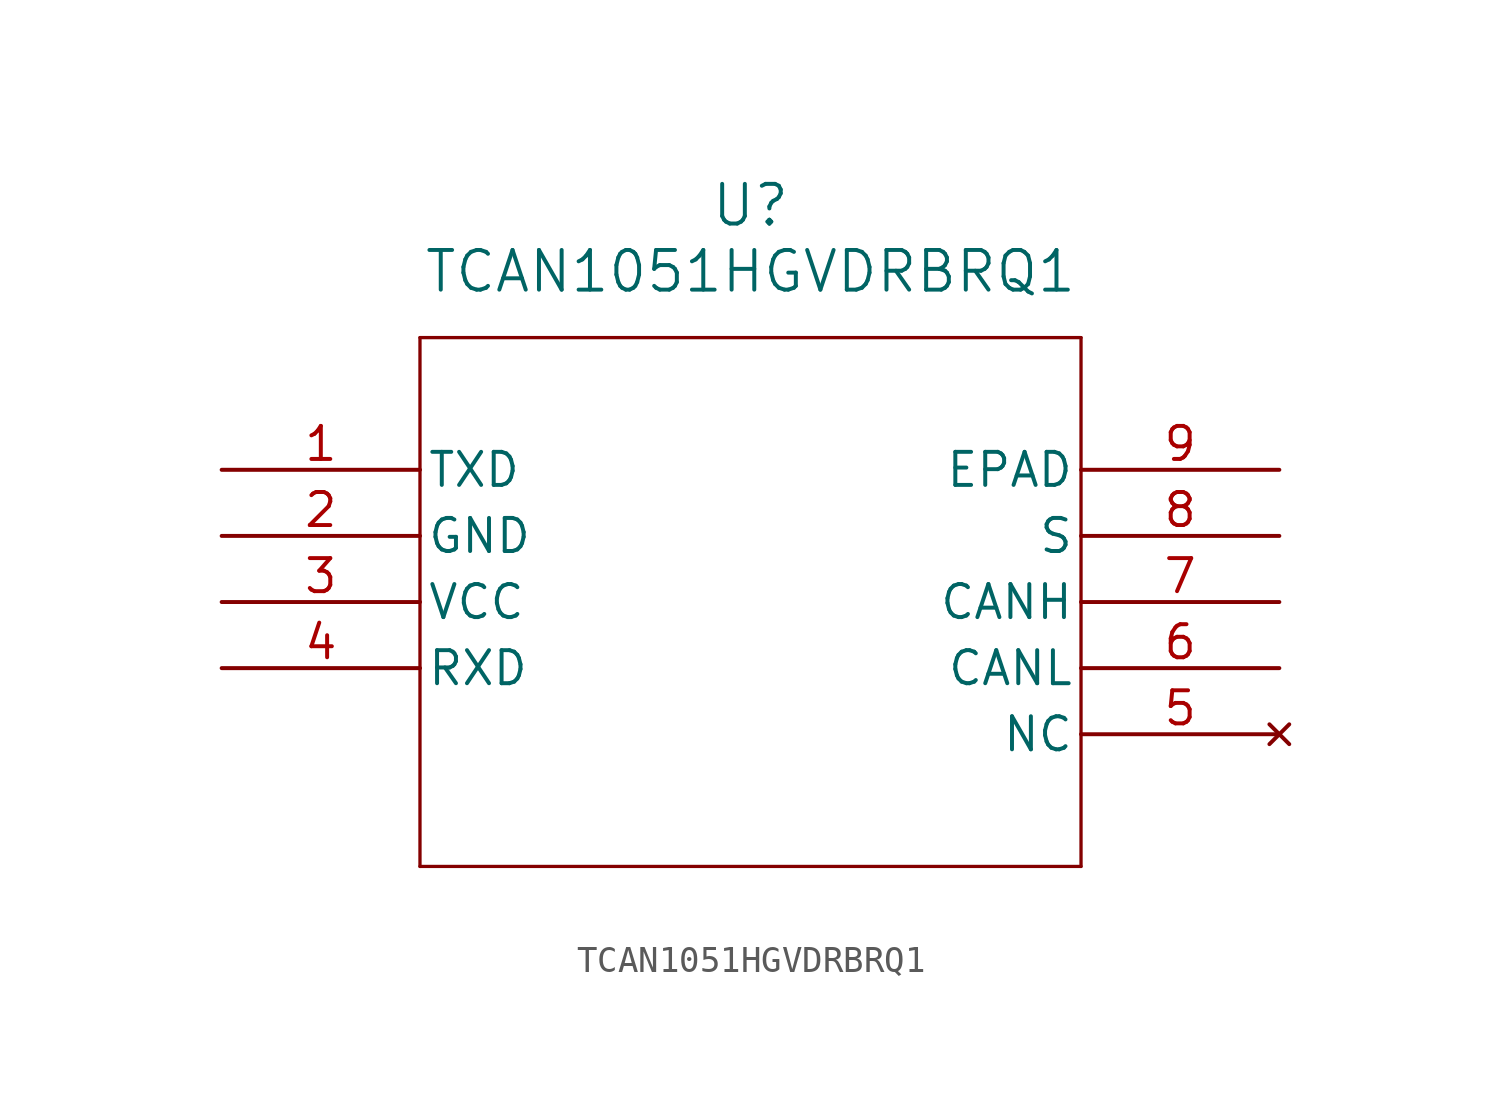
<source format=kicad_sym>
(kicad_symbol_lib
  (version 20211014)
  (generator kicad_symbol_editor)
  (symbol "TCAN1051HGVDRBRQ1"
    (pin_names
      (offset 0.254))
    (property "Reference" "U"
      (at 20.32 10.16 0)
      (effects (font (size 1.524 1.524))))
    (property "Value" "TCAN1051HGVDRBRQ1"
      (at 20.32 7.62 0)
      (effects (font (size 1.524 1.524))))
    (symbol "TCAN1051HGVDRBRQ1_0_1"
      (polyline (pts (xy 7.62 5.08) (xy 7.62 -15.24)) (stroke (width 0.127) (type default) (color 0 0 0 0)) (fill (type none)))
      (polyline (pts (xy 7.62 -15.24) (xy 33.02 -15.24)) (stroke (width 0.127) (type default) (color 0 0 0 0)) (fill (type none)))
      (polyline (pts (xy 33.02 -15.24) (xy 33.02 5.08)) (stroke (width 0.127) (type default) (color 0 0 0 0)) (fill (type none)))
      (polyline (pts (xy 33.02 5.08) (xy 7.62 5.08)) (stroke (width 0.127) (type default) (color 0 0 0 0)) (fill (type none)))
      (pin unspecified line (at 0 0 0) (length 7.62) (name "TXD" (effects (font (size 1.27 1.27)))) (number "1" (effects (font (size 1.27 1.27)))))
      (pin power_out line (at 0 -2.54 0) (length 7.62) (name "GND" (effects (font (size 1.27 1.27)))) (number "2" (effects (font (size 1.27 1.27)))))
      (pin power_in line (at 0 -5.08 0) (length 7.62) (name "VCC" (effects (font (size 1.27 1.27)))) (number "3" (effects (font (size 1.27 1.27)))))
      (pin unspecified line (at 0 -7.62 0) (length 7.62) (name "RXD" (effects (font (size 1.27 1.27)))) (number "4" (effects (font (size 1.27 1.27)))))
      (pin no_connect line (at 40.64 -10.16 180) (length 7.62) (name "NC" (effects (font (size 1.27 1.27)))) (number "5" (effects (font (size 1.27 1.27)))))
      (pin unspecified line (at 40.64 -7.62 180) (length 7.62) (name "CANL" (effects (font (size 1.27 1.27)))) (number "6" (effects (font (size 1.27 1.27)))))
      (pin unspecified line (at 40.64 -5.08 180) (length 7.62) (name "CANH" (effects (font (size 1.27 1.27)))) (number "7" (effects (font (size 1.27 1.27)))))
      (pin unspecified line (at 40.64 -2.54 180) (length 7.62) (name "S" (effects (font (size 1.27 1.27)))) (number "8" (effects (font (size 1.27 1.27)))))
      (pin unspecified line (at 40.64 0 180) (length 7.62) (name "EPAD" (effects (font (size 1.27 1.27)))) (number "9" (effects (font (size 1.27 1.27))))))))
</source>
